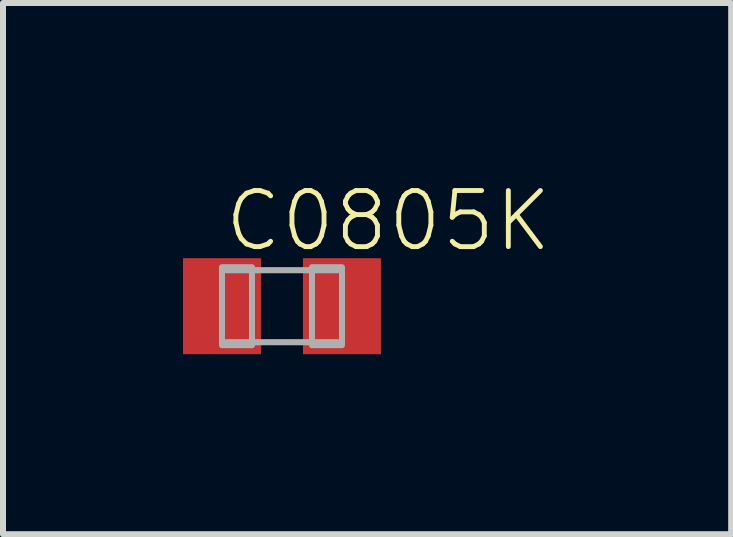
<source format=kicad_pcb>
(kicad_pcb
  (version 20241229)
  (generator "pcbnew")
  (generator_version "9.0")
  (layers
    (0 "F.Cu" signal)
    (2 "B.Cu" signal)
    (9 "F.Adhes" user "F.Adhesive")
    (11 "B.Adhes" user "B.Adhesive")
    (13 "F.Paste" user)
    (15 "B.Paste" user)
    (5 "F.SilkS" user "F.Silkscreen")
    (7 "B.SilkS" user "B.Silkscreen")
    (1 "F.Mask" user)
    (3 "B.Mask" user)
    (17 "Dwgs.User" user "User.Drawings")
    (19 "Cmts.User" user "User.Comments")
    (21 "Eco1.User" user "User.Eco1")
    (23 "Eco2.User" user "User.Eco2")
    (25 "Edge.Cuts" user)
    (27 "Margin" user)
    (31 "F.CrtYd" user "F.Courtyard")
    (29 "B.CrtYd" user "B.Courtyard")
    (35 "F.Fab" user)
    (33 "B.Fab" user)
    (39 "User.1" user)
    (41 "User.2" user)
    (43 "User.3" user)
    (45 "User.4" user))
  (footprint "C0805K"
    (layer "F.Cu")
    (at 1.65 2.054)
    (property "Reference" "C0805K" (at -1 -0.875 0) (layer "F.SilkS") (effects (font (size 0.935 0.935) (thickness 0.081)) (justify left bottom)))
    (fp_line (start -0.925 -0.6) (end 0.925 -0.6) (stroke (width 0.102) (type solid)) (layer "F.Fab"))
    (fp_line (start 0.925 0.6) (end -0.925 0.6) (stroke (width 0.102) (type solid)) (layer "F.Fab"))
    (fp_poly (pts (xy -1 0.65) (xy -0.5 0.65) (xy -0.5 -0.65) (xy -1 -0.65)) (stroke (width 0.1) (type solid)) (fill no) (layer "F.Fab"))
    (fp_poly (pts (xy 0.5 0.65) (xy 1 0.65) (xy 1 -0.65) (xy 0.5 -0.65)) (stroke (width 0.1) (type solid)) (fill no) (layer "F.Fab"))
    (pad "1" smd rect (at -1 0) (size 1.3 1.6) (layers "F.Cu" "F.Mask" "F.Paste"))
    (pad "2" smd rect (at 1 0) (size 1.3 1.6) (layers "F.Cu" "F.Mask" "F.Paste")))
  (gr_rect
    (start -3 -3)
    (end 9.137 5.854)
    (stroke (width 0.1) (type default))
    (fill no)
    (layer "Edge.Cuts")))
</source>
